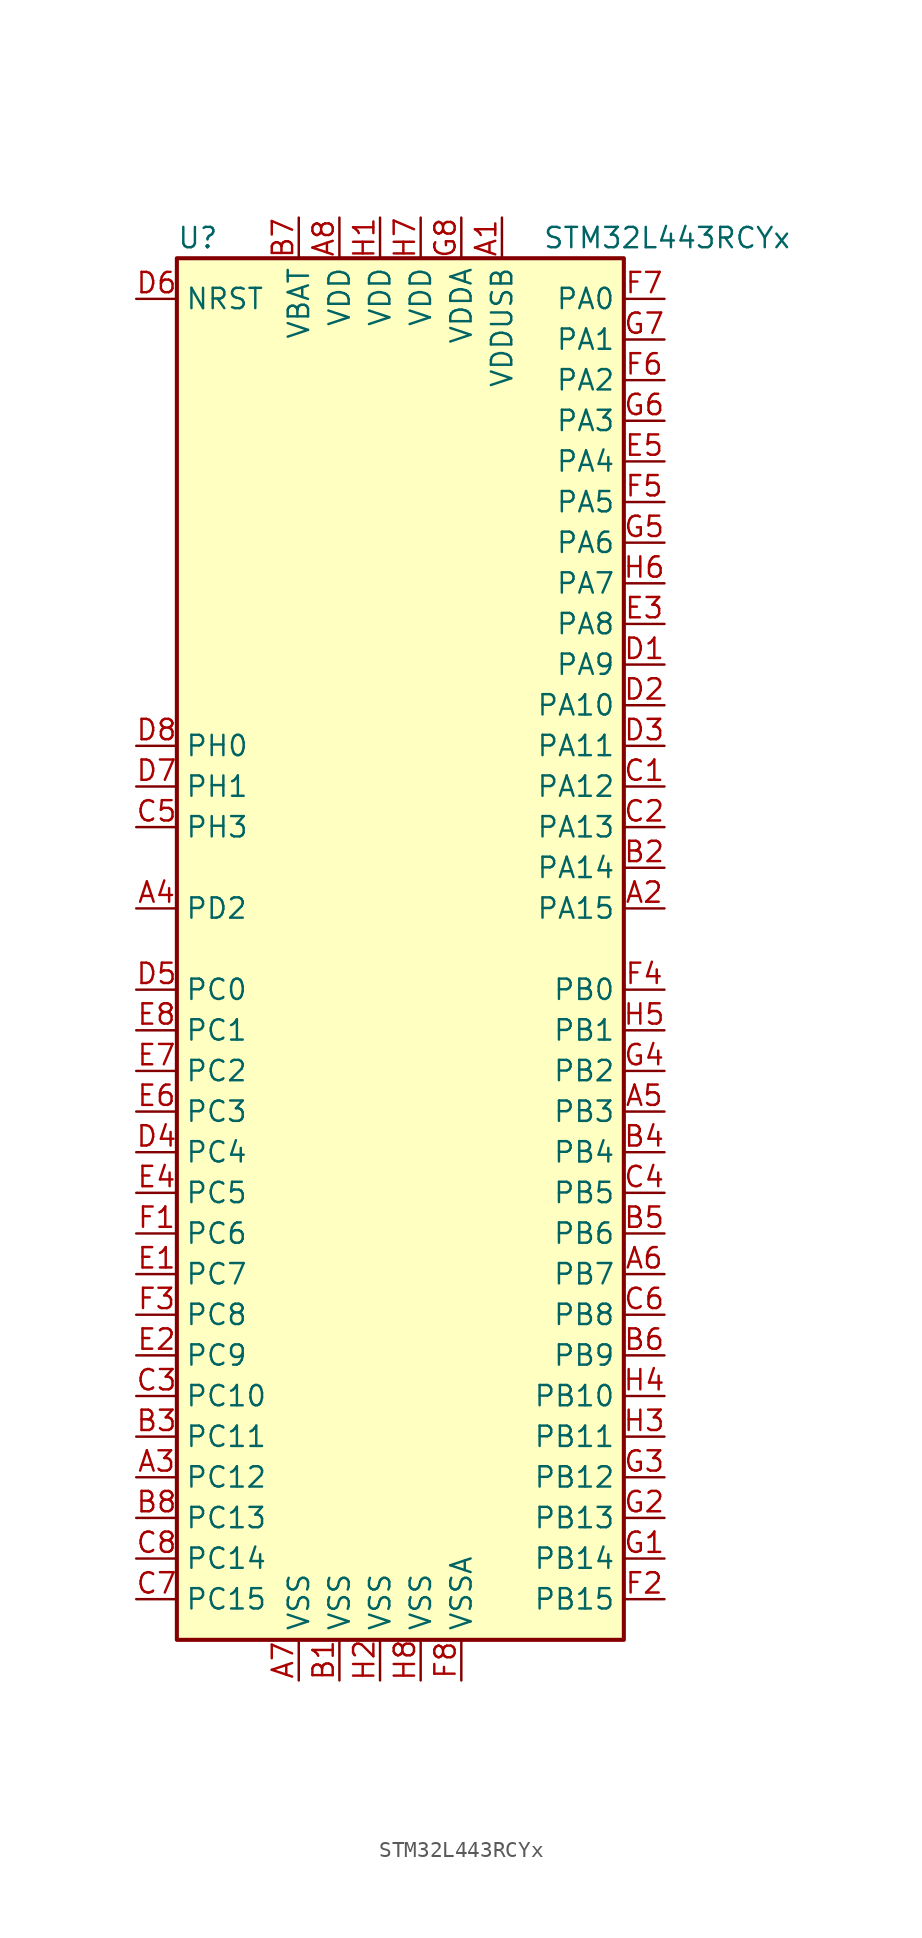
<source format=kicad_sym>
(kicad_symbol_lib
  (version 20201005)
  (generator kicad_symbol_editor)
  (symbol "STM32L443RCYx"
    (property "Reference" "U"
      (at -15.24 44.45 0)
      (effects (font (size 1.27 1.27)) (justify left)))
    (property "Value" "STM32L443RCYx"
      (at 7.62 44.45 0)
      (effects (font (size 1.27 1.27)) (justify left)))
    (symbol "STM32L443RCYx_0_1"
      (rectangle (start -15.24 -43.18) (end 12.7 43.18) (stroke (width 0.254)) (fill (type background))))
    (symbol "STM32L443RCYx_1_1"
      (pin input line (at -17.78 40.64 0) (length 2.54) (name "NRST" (effects (font (size 1.27 1.27)))) (number "D6" (effects (font (size 1.27 1.27)))))
      (pin bidirectional line (at 15.24 40.64 180) (length 2.54) (name "PA0" (effects (font (size 1.27 1.27)))) (number "F7" (effects (font (size 1.27 1.27)))))
      (pin bidirectional line (at 15.24 38.1 180) (length 2.54) (name "PA1" (effects (font (size 1.27 1.27)))) (number "G7" (effects (font (size 1.27 1.27)))))
      (pin bidirectional line (at 15.24 15.24 180) (length 2.54) (name "PA10" (effects (font (size 1.27 1.27)))) (number "D2" (effects (font (size 1.27 1.27)))))
      (pin bidirectional line (at 15.24 12.7 180) (length 2.54) (name "PA11" (effects (font (size 1.27 1.27)))) (number "D3" (effects (font (size 1.27 1.27)))))
      (pin bidirectional line (at 15.24 10.16 180) (length 2.54) (name "PA12" (effects (font (size 1.27 1.27)))) (number "C1" (effects (font (size 1.27 1.27)))))
      (pin bidirectional line (at 15.24 7.62 180) (length 2.54) (name "PA13" (effects (font (size 1.27 1.27)))) (number "C2" (effects (font (size 1.27 1.27)))))
      (pin bidirectional line (at 15.24 5.08 180) (length 2.54) (name "PA14" (effects (font (size 1.27 1.27)))) (number "B2" (effects (font (size 1.27 1.27)))))
      (pin bidirectional line (at 15.24 2.54 180) (length 2.54) (name "PA15" (effects (font (size 1.27 1.27)))) (number "A2" (effects (font (size 1.27 1.27)))))
      (pin bidirectional line (at 15.24 35.56 180) (length 2.54) (name "PA2" (effects (font (size 1.27 1.27)))) (number "F6" (effects (font (size 1.27 1.27)))))
      (pin bidirectional line (at 15.24 33.02 180) (length 2.54) (name "PA3" (effects (font (size 1.27 1.27)))) (number "G6" (effects (font (size 1.27 1.27)))))
      (pin bidirectional line (at 15.24 30.48 180) (length 2.54) (name "PA4" (effects (font (size 1.27 1.27)))) (number "E5" (effects (font (size 1.27 1.27)))))
      (pin bidirectional line (at 15.24 27.94 180) (length 2.54) (name "PA5" (effects (font (size 1.27 1.27)))) (number "F5" (effects (font (size 1.27 1.27)))))
      (pin bidirectional line (at 15.24 25.4 180) (length 2.54) (name "PA6" (effects (font (size 1.27 1.27)))) (number "G5" (effects (font (size 1.27 1.27)))))
      (pin bidirectional line (at 15.24 22.86 180) (length 2.54) (name "PA7" (effects (font (size 1.27 1.27)))) (number "H6" (effects (font (size 1.27 1.27)))))
      (pin bidirectional line (at 15.24 20.32 180) (length 2.54) (name "PA8" (effects (font (size 1.27 1.27)))) (number "E3" (effects (font (size 1.27 1.27)))))
      (pin bidirectional line (at 15.24 17.78 180) (length 2.54) (name "PA9" (effects (font (size 1.27 1.27)))) (number "D1" (effects (font (size 1.27 1.27)))))
      (pin bidirectional line (at 15.24 -2.54 180) (length 2.54) (name "PB0" (effects (font (size 1.27 1.27)))) (number "F4" (effects (font (size 1.27 1.27)))))
      (pin bidirectional line (at 15.24 -5.08 180) (length 2.54) (name "PB1" (effects (font (size 1.27 1.27)))) (number "H5" (effects (font (size 1.27 1.27)))))
      (pin bidirectional line (at 15.24 -27.94 180) (length 2.54) (name "PB10" (effects (font (size 1.27 1.27)))) (number "H4" (effects (font (size 1.27 1.27)))))
      (pin bidirectional line (at 15.24 -30.48 180) (length 2.54) (name "PB11" (effects (font (size 1.27 1.27)))) (number "H3" (effects (font (size 1.27 1.27)))))
      (pin bidirectional line (at 15.24 -33.02 180) (length 2.54) (name "PB12" (effects (font (size 1.27 1.27)))) (number "G3" (effects (font (size 1.27 1.27)))))
      (pin bidirectional line (at 15.24 -35.56 180) (length 2.54) (name "PB13" (effects (font (size 1.27 1.27)))) (number "G2" (effects (font (size 1.27 1.27)))))
      (pin bidirectional line (at 15.24 -38.1 180) (length 2.54) (name "PB14" (effects (font (size 1.27 1.27)))) (number "G1" (effects (font (size 1.27 1.27)))))
      (pin bidirectional line (at 15.24 -40.64 180) (length 2.54) (name "PB15" (effects (font (size 1.27 1.27)))) (number "F2" (effects (font (size 1.27 1.27)))))
      (pin bidirectional line (at 15.24 -7.62 180) (length 2.54) (name "PB2" (effects (font (size 1.27 1.27)))) (number "G4" (effects (font (size 1.27 1.27)))))
      (pin bidirectional line (at 15.24 -10.16 180) (length 2.54) (name "PB3" (effects (font (size 1.27 1.27)))) (number "A5" (effects (font (size 1.27 1.27)))))
      (pin bidirectional line (at 15.24 -12.7 180) (length 2.54) (name "PB4" (effects (font (size 1.27 1.27)))) (number "B4" (effects (font (size 1.27 1.27)))))
      (pin bidirectional line (at 15.24 -15.24 180) (length 2.54) (name "PB5" (effects (font (size 1.27 1.27)))) (number "C4" (effects (font (size 1.27 1.27)))))
      (pin bidirectional line (at 15.24 -17.78 180) (length 2.54) (name "PB6" (effects (font (size 1.27 1.27)))) (number "B5" (effects (font (size 1.27 1.27)))))
      (pin bidirectional line (at 15.24 -20.32 180) (length 2.54) (name "PB7" (effects (font (size 1.27 1.27)))) (number "A6" (effects (font (size 1.27 1.27)))))
      (pin bidirectional line (at 15.24 -22.86 180) (length 2.54) (name "PB8" (effects (font (size 1.27 1.27)))) (number "C6" (effects (font (size 1.27 1.27)))))
      (pin bidirectional line (at 15.24 -25.4 180) (length 2.54) (name "PB9" (effects (font (size 1.27 1.27)))) (number "B6" (effects (font (size 1.27 1.27)))))
      (pin bidirectional line (at -17.78 -2.54 0) (length 2.54) (name "PC0" (effects (font (size 1.27 1.27)))) (number "D5" (effects (font (size 1.27 1.27)))))
      (pin bidirectional line (at -17.78 -5.08 0) (length 2.54) (name "PC1" (effects (font (size 1.27 1.27)))) (number "E8" (effects (font (size 1.27 1.27)))))
      (pin bidirectional line (at -17.78 -27.94 0) (length 2.54) (name "PC10" (effects (font (size 1.27 1.27)))) (number "C3" (effects (font (size 1.27 1.27)))))
      (pin bidirectional line (at -17.78 -30.48 0) (length 2.54) (name "PC11" (effects (font (size 1.27 1.27)))) (number "B3" (effects (font (size 1.27 1.27)))))
      (pin bidirectional line (at -17.78 -33.02 0) (length 2.54) (name "PC12" (effects (font (size 1.27 1.27)))) (number "A3" (effects (font (size 1.27 1.27)))))
      (pin bidirectional line (at -17.78 -35.56 0) (length 2.54) (name "PC13" (effects (font (size 1.27 1.27)))) (number "B8" (effects (font (size 1.27 1.27)))))
      (pin bidirectional line (at -17.78 -38.1 0) (length 2.54) (name "PC14" (effects (font (size 1.27 1.27)))) (number "C8" (effects (font (size 1.27 1.27)))))
      (pin bidirectional line (at -17.78 -40.64 0) (length 2.54) (name "PC15" (effects (font (size 1.27 1.27)))) (number "C7" (effects (font (size 1.27 1.27)))))
      (pin bidirectional line (at -17.78 -7.62 0) (length 2.54) (name "PC2" (effects (font (size 1.27 1.27)))) (number "E7" (effects (font (size 1.27 1.27)))))
      (pin bidirectional line (at -17.78 -10.16 0) (length 2.54) (name "PC3" (effects (font (size 1.27 1.27)))) (number "E6" (effects (font (size 1.27 1.27)))))
      (pin bidirectional line (at -17.78 -12.7 0) (length 2.54) (name "PC4" (effects (font (size 1.27 1.27)))) (number "D4" (effects (font (size 1.27 1.27)))))
      (pin bidirectional line (at -17.78 -15.24 0) (length 2.54) (name "PC5" (effects (font (size 1.27 1.27)))) (number "E4" (effects (font (size 1.27 1.27)))))
      (pin bidirectional line (at -17.78 -17.78 0) (length 2.54) (name "PC6" (effects (font (size 1.27 1.27)))) (number "F1" (effects (font (size 1.27 1.27)))))
      (pin bidirectional line (at -17.78 -20.32 0) (length 2.54) (name "PC7" (effects (font (size 1.27 1.27)))) (number "E1" (effects (font (size 1.27 1.27)))))
      (pin bidirectional line (at -17.78 -22.86 0) (length 2.54) (name "PC8" (effects (font (size 1.27 1.27)))) (number "F3" (effects (font (size 1.27 1.27)))))
      (pin bidirectional line (at -17.78 -25.4 0) (length 2.54) (name "PC9" (effects (font (size 1.27 1.27)))) (number "E2" (effects (font (size 1.27 1.27)))))
      (pin bidirectional line (at -17.78 2.54 0) (length 2.54) (name "PD2" (effects (font (size 1.27 1.27)))) (number "A4" (effects (font (size 1.27 1.27)))))
      (pin input line (at -17.78 12.7 0) (length 2.54) (name "PH0" (effects (font (size 1.27 1.27)))) (number "D8" (effects (font (size 1.27 1.27)))))
      (pin input line (at -17.78 10.16 0) (length 2.54) (name "PH1" (effects (font (size 1.27 1.27)))) (number "D7" (effects (font (size 1.27 1.27)))))
      (pin bidirectional line (at -17.78 7.62 0) (length 2.54) (name "PH3" (effects (font (size 1.27 1.27)))) (number "C5" (effects (font (size 1.27 1.27)))))
      (pin power_in line (at -7.62 45.72 270) (length 2.54) (name "VBAT" (effects (font (size 1.27 1.27)))) (number "B7" (effects (font (size 1.27 1.27)))))
      (pin power_in line (at -5.08 45.72 270) (length 2.54) (name "VDD" (effects (font (size 1.27 1.27)))) (number "A8" (effects (font (size 1.27 1.27)))))
      (pin power_in line (at -2.54 45.72 270) (length 2.54) (name "VDD" (effects (font (size 1.27 1.27)))) (number "H1" (effects (font (size 1.27 1.27)))))
      (pin power_in line (at 0 45.72 270) (length 2.54) (name "VDD" (effects (font (size 1.27 1.27)))) (number "H7" (effects (font (size 1.27 1.27)))))
      (pin power_in line (at 2.54 45.72 270) (length 2.54) (name "VDDA" (effects (font (size 1.27 1.27)))) (number "G8" (effects (font (size 1.27 1.27)))))
      (pin power_in line (at 5.08 45.72 270) (length 2.54) (name "VDDUSB" (effects (font (size 1.27 1.27)))) (number "A1" (effects (font (size 1.27 1.27)))))
      (pin power_in line (at -7.62 -45.72 90) (length 2.54) (name "VSS" (effects (font (size 1.27 1.27)))) (number "A7" (effects (font (size 1.27 1.27)))))
      (pin power_in line (at -5.08 -45.72 90) (length 2.54) (name "VSS" (effects (font (size 1.27 1.27)))) (number "B1" (effects (font (size 1.27 1.27)))))
      (pin power_in line (at -2.54 -45.72 90) (length 2.54) (name "VSS" (effects (font (size 1.27 1.27)))) (number "H2" (effects (font (size 1.27 1.27)))))
      (pin power_in line (at 0 -45.72 90) (length 2.54) (name "VSS" (effects (font (size 1.27 1.27)))) (number "H8" (effects (font (size 1.27 1.27)))))
      (pin power_in line (at 2.54 -45.72 90) (length 2.54) (name "VSSA" (effects (font (size 1.27 1.27)))) (number "F8" (effects (font (size 1.27 1.27))))))))
</source>
